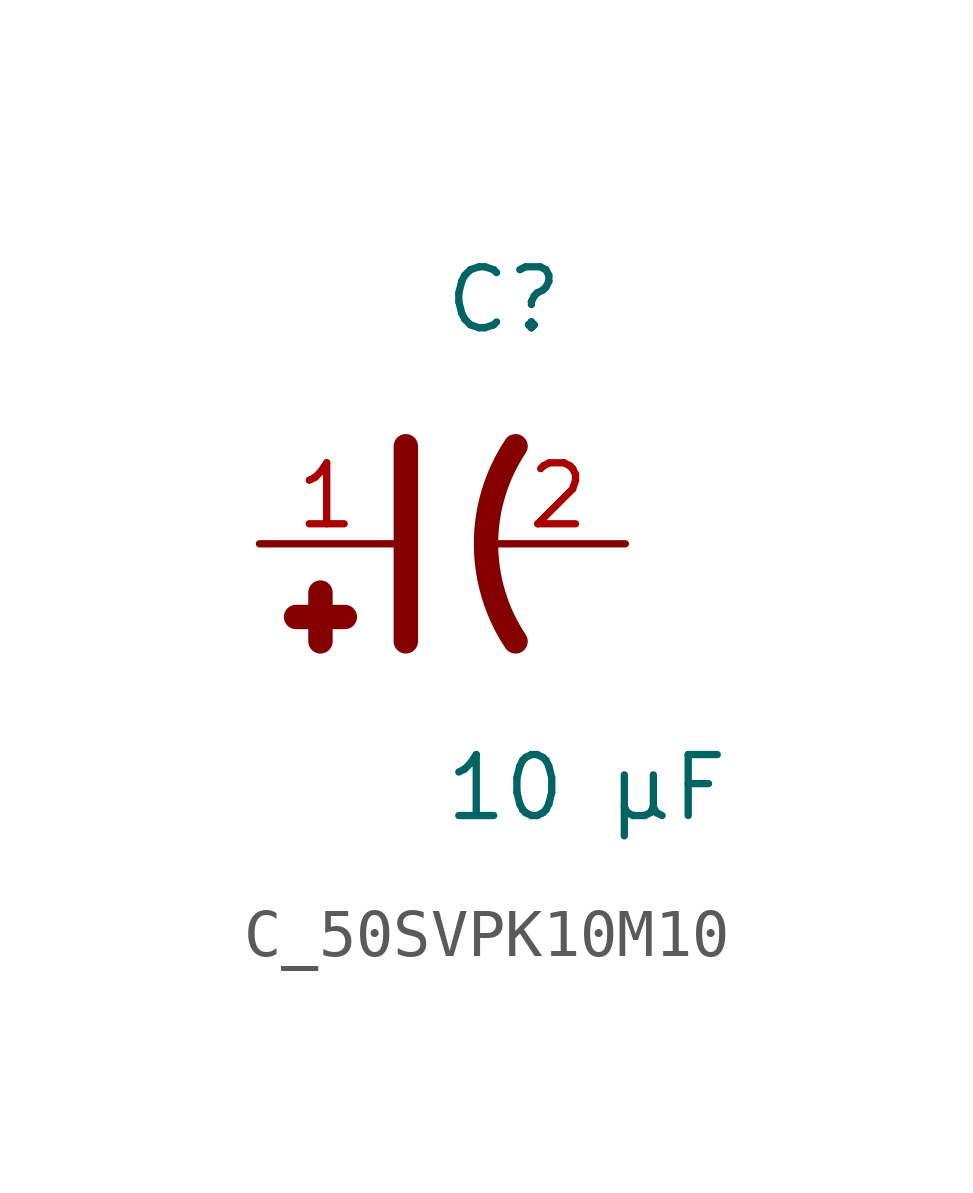
<source format=kicad_sym>
(kicad_symbol_lib
  (version 20231120)
  (generator kicad_symbol_editor)
  (generator_version 8.0)
  (symbol "C_50SVPK10M10"
    (pin_names
      (offset 0.254))
    (property "Reference" "C"
      (at 0 5.08 0)
      (effects (font (size 1.27 1.27)) (justify left)))
    (property "Value" "10 µF"
      (at 0 -5.08 0)
      (effects (font (size 1.27 1.27)) (justify left)))
    (symbol "C_50SVPK10M10_0_1"
      (polyline (pts (xy -0.762 -2.032) (xy -0.762 2.032)) (stroke (width 0.508) (type default)) (fill (type none)))
      (polyline (pts (xy -2.54 -1.016) (xy -2.54 -2.032)) (stroke (width 0.508) (type default)) (fill (type none)))
      (polyline (pts (xy -2.032 -1.524) (xy -3.048 -1.524)) (stroke (width 0.508) (type default)) (fill (type none)))
      (arc (start 1.524 2.032) (mid 0.9088 0) (end 1.524 -2.032) (stroke (width 0.508) (type default)) (fill (type none))))
    (pin passive line
      (at -3.81 0 0)
      (length 2.8)
      (name "" (effects (font (size 1.27 1.27))))
      (number "1" (effects (font (size 1.27 1.27)))))
    (pin passive line
      (at 3.81 0 180)
      (length 2.8)
      (name "" (effects (font (size 1.27 1.27))))
      (number "2" (effects (font (size 1.27 1.27)))))))
</source>
